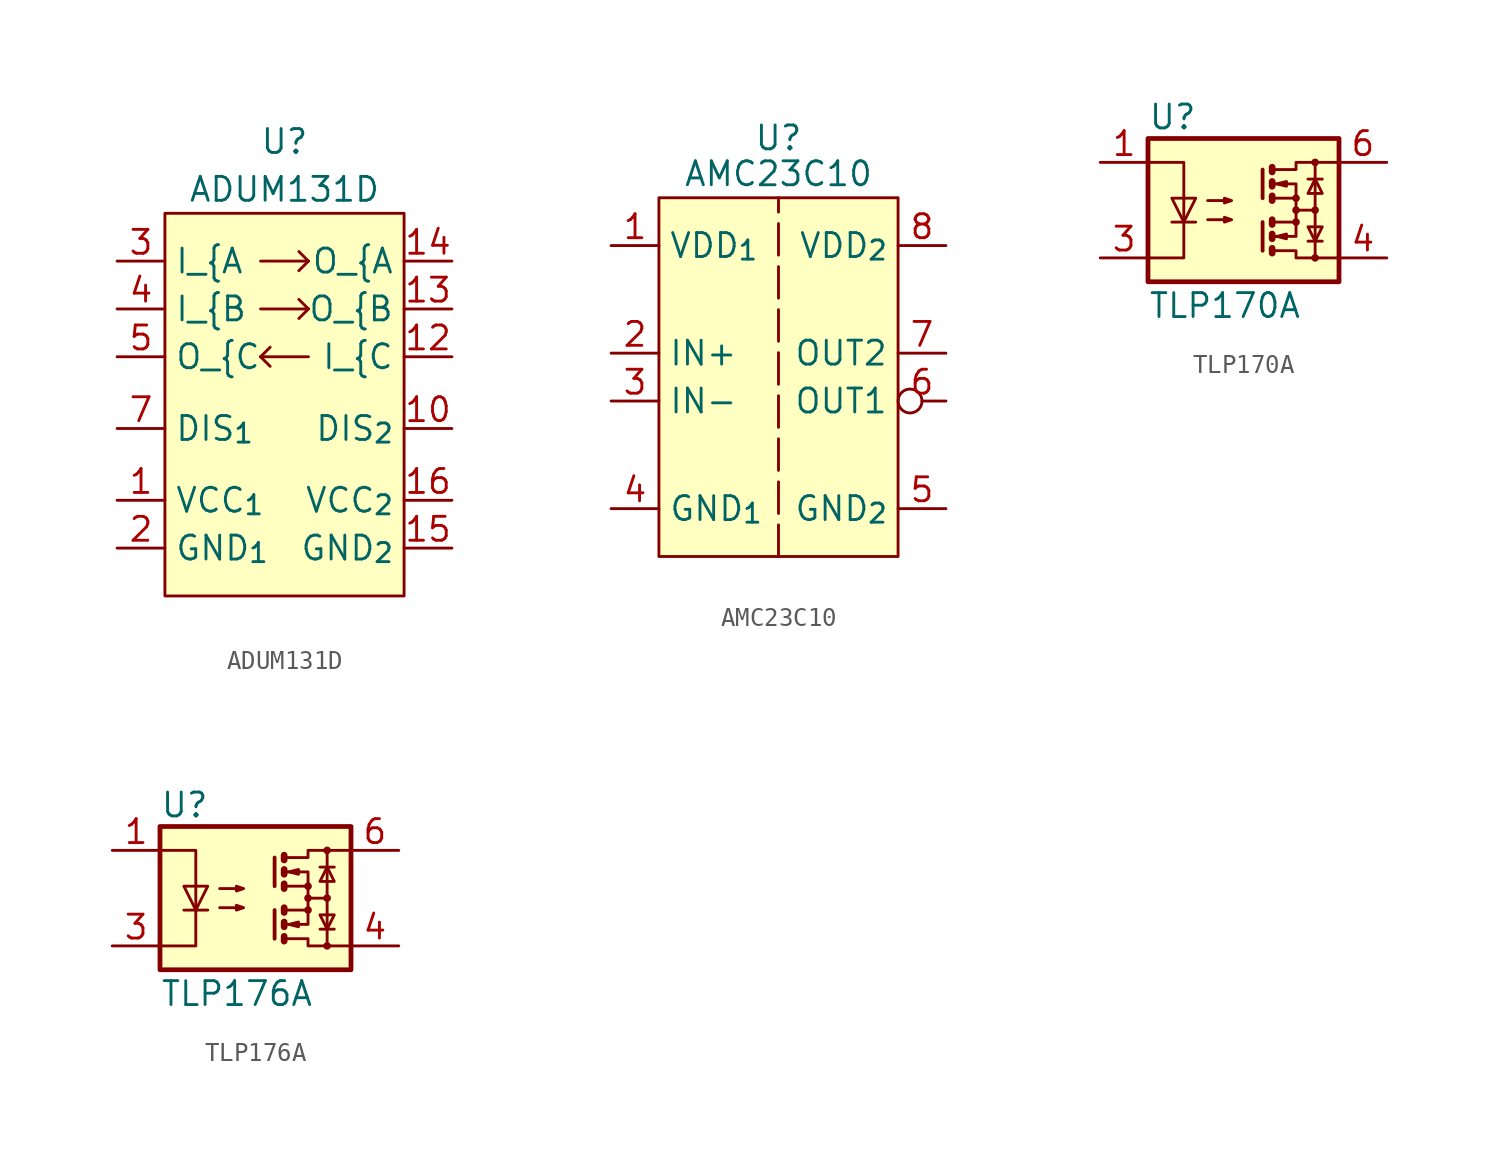
<source format=kicad_sym>
(kicad_symbol_lib
  (version 20231120)
  (generator "kicad_symbol_editor")
  (generator_version "8.0")
  (symbol "ADUM131D"
    (property "Reference" "U"
      (at 0 3.81 0)
      (effects (font (size 1.27 1.27))))
    (property "Value" "ADUM131D"
      (at 0 1.27 0)
      (effects (font (size 1.27 1.27))))
    (symbol "ADUM131D_0_1"
      (rectangle (start -6.35 0) (end 6.35 -20.32) (stroke (width 0) (type default)) (fill (type background)))
      (polyline (pts (xy -1.27 -7.62) (xy -0.762 -8.128)) (stroke (width 0) (type default)) (fill (type none)))
      (polyline (pts (xy -1.27 -7.62) (xy -0.762 -7.112)) (stroke (width 0) (type default)) (fill (type none)))
      (polyline (pts (xy -1.27 -5.08) (xy 1.27 -5.08)) (stroke (width 0) (type default)) (fill (type none)))
      (polyline (pts (xy -1.27 -2.54) (xy 1.27 -2.54)) (stroke (width 0) (type default)) (fill (type none)))
      (polyline (pts (xy 1.27 -7.62) (xy -1.27 -7.62)) (stroke (width 0) (type default)) (fill (type none)))
      (polyline (pts (xy 1.27 -5.08) (xy 0.762 -5.588)) (stroke (width 0) (type default)) (fill (type none)))
      (polyline (pts (xy 1.27 -5.08) (xy 0.762 -4.572)) (stroke (width 0) (type default)) (fill (type none)))
      (polyline (pts (xy 1.27 -2.54) (xy 0.762 -3.048)) (stroke (width 0) (type default)) (fill (type none)))
      (polyline (pts (xy 1.27 -2.54) (xy 0.762 -2.032)) (stroke (width 0) (type default)) (fill (type none))))
    (symbol "ADUM131D_1_1"
      (pin power_in line (at -8.89 -15.24 0) (length 2.54) (name "VCC_{1}" (effects (font (size 1.27 1.27)))) (number "1" (effects (font (size 1.27 1.27)))))
      (pin input line (at 8.89 -11.43 180) (length 2.54) (name "DIS_{2}" (effects (font (size 1.27 1.27)))) (number "10" (effects (font (size 1.27 1.27)))))
      (pin no_connect line (at 8.89 -13.97 180) (length 2.54) hide (name "" (effects (font (size 1.27 1.27)))) (number "11" (effects (font (size 1.27 1.27)))))
      (pin input line (at 8.89 -7.62 180) (length 2.54) (name "I_{C" (effects (font (size 1.27 1.27)))) (number "12" (effects (font (size 1.27 1.27)))))
      (pin output line (at 8.89 -5.08 180) (length 2.54) (name "O_{B" (effects (font (size 1.27 1.27)))) (number "13" (effects (font (size 1.27 1.27)))))
      (pin output line (at 8.89 -2.54 180) (length 2.54) (name "O_{A" (effects (font (size 1.27 1.27)))) (number "14" (effects (font (size 1.27 1.27)))))
      (pin power_in line (at 8.89 -17.78 180) (length 2.54) (name "GND_{2}" (effects (font (size 1.27 1.27)))) (number "15" (effects (font (size 1.27 1.27)))))
      (pin power_in line (at 8.89 -15.24 180) (length 2.54) (name "VCC_{2}" (effects (font (size 1.27 1.27)))) (number "16" (effects (font (size 1.27 1.27)))))
      (pin power_in line (at -8.89 -17.78 0) (length 2.54) (name "GND_{1}" (effects (font (size 1.27 1.27)))) (number "2" (effects (font (size 1.27 1.27)))))
      (pin input line (at -8.89 -2.54 0) (length 2.54) (name "I_{A" (effects (font (size 1.27 1.27)))) (number "3" (effects (font (size 1.27 1.27)))))
      (pin input line (at -8.89 -5.08 0) (length 2.54) (name "I_{B" (effects (font (size 1.27 1.27)))) (number "4" (effects (font (size 1.27 1.27)))))
      (pin output line (at -8.89 -7.62 0) (length 2.54) (name "O_{C" (effects (font (size 1.27 1.27)))) (number "5" (effects (font (size 1.27 1.27)))))
      (pin no_connect line (at -8.89 -13.97 0) (length 2.54) hide (name "" (effects (font (size 1.27 1.27)))) (number "6" (effects (font (size 1.27 1.27)))))
      (pin input line (at -8.89 -11.43 0) (length 2.54) (name "DIS_{1}" (effects (font (size 1.27 1.27)))) (number "7" (effects (font (size 1.27 1.27)))))
      (pin power_in line (at -8.89 -17.78 0) (length 2.54) hide (name "GND_{1}" (effects (font (size 1.27 1.27)))) (number "8" (effects (font (size 1.27 1.27)))))
      (pin power_in line (at 8.89 -17.78 180) (length 2.54) hide (name "GND_{2}" (effects (font (size 1.27 1.27)))) (number "9" (effects (font (size 1.27 1.27)))))))
  (symbol "AMC23C10"
    (property "Reference" "U"
      (at 0 3.175 0)
      (effects (font (size 1.27 1.27))))
    (property "Value" "AMC23C10"
      (at 0 1.27 0)
      (effects (font (size 1.27 1.27))))
    (symbol "AMC23C10_1_1"
      (rectangle (start -6.35 0) (end 6.35 -19.05) (stroke (width 0) (type default)) (fill (type background)))
      (polyline (pts (xy 0 -19.05) (xy 0 0)) (stroke (width 0) (type dash)) (fill (type none)))
      (pin power_in line (at -8.89 -2.54 0) (length 2.54) (name "VDD_{1}" (effects (font (size 1.27 1.27)))) (number "1" (effects (font (size 1.27 1.27)))))
      (pin input line (at -8.89 -8.255 0) (length 2.54) (name "IN+" (effects (font (size 1.27 1.27)))) (number "2" (effects (font (size 1.27 1.27)))))
      (pin input line (at -8.89 -10.795 0) (length 2.54) (name "IN-" (effects (font (size 1.27 1.27)))) (number "3" (effects (font (size 1.27 1.27)))))
      (pin power_in line (at -8.89 -16.51 0) (length 2.54) (name "GND_{1}" (effects (font (size 1.27 1.27)))) (number "4" (effects (font (size 1.27 1.27)))))
      (pin power_in line (at 8.89 -16.51 180) (length 2.54) (name "GND_{2}" (effects (font (size 1.27 1.27)))) (number "5" (effects (font (size 1.27 1.27)))))
      (pin open_collector inverted (at 8.89 -10.795 180) (length 2.54) (name "OUT1" (effects (font (size 1.27 1.27)))) (number "6" (effects (font (size 1.27 1.27)))))
      (pin output line (at 8.89 -8.255 180) (length 2.54) (name "OUT2" (effects (font (size 1.27 1.27)))) (number "7" (effects (font (size 1.27 1.27)))))
      (pin power_in line (at 8.89 -2.54 180) (length 2.54) (name "VDD_{2}" (effects (font (size 1.27 1.27)))) (number "8" (effects (font (size 1.27 1.27)))))))
  (symbol "TLP170A"
    (property "Reference" "U"
      (at -5.08 4.953 0)
      (effects (font (size 1.27 1.27)) (justify left)))
    (property "Value" "TLP170A"
      (at -5.08 -5.08 0)
      (effects (font (size 1.27 1.27)) (justify left)))
    (symbol "TLP170A_0_1"
      (rectangle (start -5.08 3.81) (end 5.08 -3.81) (stroke (width 0.254) (type default)) (fill (type background)))
      (polyline (pts (xy -3.81 -0.635) (xy -2.54 -0.635)) (stroke (width 0) (type default)) (fill (type none)))
      (polyline (pts (xy 1.016 -0.635) (xy 1.016 -2.159)) (stroke (width 0.203) (type default)) (fill (type none)))
      (polyline (pts (xy 1.016 2.159) (xy 1.016 0.635)) (stroke (width 0.203) (type default)) (fill (type none)))
      (polyline (pts (xy 1.524 -0.508) (xy 1.524 -0.762)) (stroke (width 0.356) (type default)) (fill (type none)))
      (polyline (pts (xy 2.794 0) (xy 3.81 0)) (stroke (width 0) (type default)) (fill (type none)))
      (polyline (pts (xy 3.429 -1.651) (xy 4.191 -1.651)) (stroke (width 0) (type default)) (fill (type none)))
      (polyline (pts (xy 3.429 1.651) (xy 4.191 1.651)) (stroke (width 0) (type default)) (fill (type none)))
      (polyline (pts (xy 3.81 -2.54) (xy 3.81 2.54)) (stroke (width 0) (type default)) (fill (type none)))
      (polyline (pts (xy 1.524 -2.032) (xy 1.524 -2.286) (xy 1.524 -2.286)) (stroke (width 0.356) (type default)) (fill (type none)))
      (polyline (pts (xy 1.524 -1.27) (xy 1.524 -1.524) (xy 1.524 -1.524)) (stroke (width 0.356) (type default)) (fill (type none)))
      (polyline (pts (xy 1.524 0.762) (xy 1.524 0.508) (xy 1.524 0.508)) (stroke (width 0.356) (type default)) (fill (type none)))
      (polyline (pts (xy 1.524 1.524) (xy 1.524 1.27) (xy 1.524 1.27)) (stroke (width 0.356) (type default)) (fill (type none)))
      (polyline (pts (xy 1.524 2.286) (xy 1.524 2.032) (xy 1.524 2.032)) (stroke (width 0.356) (type default)) (fill (type none)))
      (polyline (pts (xy 1.651 -1.397) (xy 2.794 -1.397) (xy 2.794 -0.635)) (stroke (width 0) (type default)) (fill (type none)))
      (polyline (pts (xy 1.651 1.397) (xy 2.794 1.397) (xy 2.794 0.635)) (stroke (width 0) (type default)) (fill (type none)))
      (polyline (pts (xy -5.08 2.54) (xy -3.175 2.54) (xy -3.175 -2.54) (xy -5.08 -2.54)) (stroke (width 0) (type default)) (fill (type none)))
      (polyline (pts (xy -3.175 -0.635) (xy -3.81 0.635) (xy -2.54 0.635) (xy -3.175 -0.635)) (stroke (width 0) (type default)) (fill (type none)))
      (polyline (pts (xy 1.651 -2.159) (xy 2.794 -2.159) (xy 2.794 -2.54) (xy 5.08 -2.54)) (stroke (width 0) (type default)) (fill (type none)))
      (polyline (pts (xy 1.651 -0.635) (xy 2.794 -0.635) (xy 2.794 0.635) (xy 1.651 0.635)) (stroke (width 0) (type default)) (fill (type none)))
      (polyline (pts (xy 1.651 2.159) (xy 2.794 2.159) (xy 2.794 2.54) (xy 5.08 2.54)) (stroke (width 0) (type default)) (fill (type none)))
      (polyline (pts (xy 1.778 -1.397) (xy 2.286 -1.27) (xy 2.286 -1.524) (xy 1.778 -1.397)) (stroke (width 0) (type default)) (fill (type none)))
      (polyline (pts (xy 1.778 1.397) (xy 2.286 1.524) (xy 2.286 1.27) (xy 1.778 1.397)) (stroke (width 0) (type default)) (fill (type none)))
      (polyline (pts (xy 3.81 -1.651) (xy 3.429 -0.889) (xy 4.191 -0.889) (xy 3.81 -1.651)) (stroke (width 0) (type default)) (fill (type none)))
      (polyline (pts (xy 3.81 1.651) (xy 3.429 0.889) (xy 4.191 0.889) (xy 3.81 1.651)) (stroke (width 0) (type default)) (fill (type none)))
      (polyline (pts (xy -1.905 -0.508) (xy -0.635 -0.508) (xy -1.016 -0.635) (xy -1.016 -0.381) (xy -0.635 -0.508)) (stroke (width 0) (type default)) (fill (type none)))
      (polyline (pts (xy -1.905 0.508) (xy -0.635 0.508) (xy -1.016 0.381) (xy -1.016 0.635) (xy -0.635 0.508)) (stroke (width 0) (type default)) (fill (type none)))
      (circle (center 2.794 -0.635) (radius 0.127) (stroke (width 0) (type default)) (fill (type none)))
      (circle (center 2.794 0) (radius 0.127) (stroke (width 0) (type default)) (fill (type none)))
      (circle (center 2.794 0.635) (radius 0.127) (stroke (width 0) (type default)) (fill (type none)))
      (circle (center 3.81 -2.54) (radius 0.127) (stroke (width 0) (type default)) (fill (type none)))
      (circle (center 3.81 0) (radius 0.127) (stroke (width 0) (type default)) (fill (type none)))
      (circle (center 3.81 2.54) (radius 0.127) (stroke (width 0) (type default)) (fill (type none))))
    (symbol "TLP170A_1_1"
      (pin passive line (at -7.62 2.54 0) (length 2.54) (name "~" (effects (font (size 1.27 1.27)))) (number "1" (effects (font (size 1.27 1.27)))))
      (pin passive line (at -7.62 -2.54 0) (length 2.54) (name "~" (effects (font (size 1.27 1.27)))) (number "3" (effects (font (size 1.27 1.27)))))
      (pin passive line (at 7.62 -2.54 180) (length 2.54) (name "~" (effects (font (size 1.27 1.27)))) (number "4" (effects (font (size 1.27 1.27)))))
      (pin passive line (at 7.62 2.54 180) (length 2.54) (name "~" (effects (font (size 1.27 1.27)))) (number "6" (effects (font (size 1.27 1.27)))))))
  (symbol "TLP176A"
    (property "Reference" "U"
      (at -5.08 4.953 0)
      (effects (font (size 1.27 1.27)) (justify left)))
    (property "Value" "TLP176A"
      (at -5.08 -5.08 0)
      (effects (font (size 1.27 1.27)) (justify left)))
    (symbol "TLP176A_0_1"
      (rectangle (start -5.08 3.81) (end 5.08 -3.81) (stroke (width 0.254) (type default)) (fill (type background)))
      (polyline (pts (xy -3.81 -0.635) (xy -2.54 -0.635)) (stroke (width 0) (type default)) (fill (type none)))
      (polyline (pts (xy 1.016 -0.635) (xy 1.016 -2.159)) (stroke (width 0.203) (type default)) (fill (type none)))
      (polyline (pts (xy 1.016 2.159) (xy 1.016 0.635)) (stroke (width 0.203) (type default)) (fill (type none)))
      (polyline (pts (xy 1.524 -0.508) (xy 1.524 -0.762)) (stroke (width 0.356) (type default)) (fill (type none)))
      (polyline (pts (xy 2.794 0) (xy 3.81 0)) (stroke (width 0) (type default)) (fill (type none)))
      (polyline (pts (xy 3.429 -1.651) (xy 4.191 -1.651)) (stroke (width 0) (type default)) (fill (type none)))
      (polyline (pts (xy 3.429 1.651) (xy 4.191 1.651)) (stroke (width 0) (type default)) (fill (type none)))
      (polyline (pts (xy 3.81 -2.54) (xy 3.81 2.54)) (stroke (width 0) (type default)) (fill (type none)))
      (polyline (pts (xy 1.524 -2.032) (xy 1.524 -2.286) (xy 1.524 -2.286)) (stroke (width 0.356) (type default)) (fill (type none)))
      (polyline (pts (xy 1.524 -1.27) (xy 1.524 -1.524) (xy 1.524 -1.524)) (stroke (width 0.356) (type default)) (fill (type none)))
      (polyline (pts (xy 1.524 0.762) (xy 1.524 0.508) (xy 1.524 0.508)) (stroke (width 0.356) (type default)) (fill (type none)))
      (polyline (pts (xy 1.524 1.524) (xy 1.524 1.27) (xy 1.524 1.27)) (stroke (width 0.356) (type default)) (fill (type none)))
      (polyline (pts (xy 1.524 2.286) (xy 1.524 2.032) (xy 1.524 2.032)) (stroke (width 0.356) (type default)) (fill (type none)))
      (polyline (pts (xy 1.651 -1.397) (xy 2.794 -1.397) (xy 2.794 -0.635)) (stroke (width 0) (type default)) (fill (type none)))
      (polyline (pts (xy 1.651 1.397) (xy 2.794 1.397) (xy 2.794 0.635)) (stroke (width 0) (type default)) (fill (type none)))
      (polyline (pts (xy -5.08 2.54) (xy -3.175 2.54) (xy -3.175 -2.54) (xy -5.08 -2.54)) (stroke (width 0) (type default)) (fill (type none)))
      (polyline (pts (xy -3.175 -0.635) (xy -3.81 0.635) (xy -2.54 0.635) (xy -3.175 -0.635)) (stroke (width 0) (type default)) (fill (type none)))
      (polyline (pts (xy 1.651 -2.159) (xy 2.794 -2.159) (xy 2.794 -2.54) (xy 5.08 -2.54)) (stroke (width 0) (type default)) (fill (type none)))
      (polyline (pts (xy 1.651 -0.635) (xy 2.794 -0.635) (xy 2.794 0.635) (xy 1.651 0.635)) (stroke (width 0) (type default)) (fill (type none)))
      (polyline (pts (xy 1.651 2.159) (xy 2.794 2.159) (xy 2.794 2.54) (xy 5.08 2.54)) (stroke (width 0) (type default)) (fill (type none)))
      (polyline (pts (xy 1.778 -1.397) (xy 2.286 -1.27) (xy 2.286 -1.524) (xy 1.778 -1.397)) (stroke (width 0) (type default)) (fill (type none)))
      (polyline (pts (xy 1.778 1.397) (xy 2.286 1.524) (xy 2.286 1.27) (xy 1.778 1.397)) (stroke (width 0) (type default)) (fill (type none)))
      (polyline (pts (xy 3.81 -1.651) (xy 3.429 -0.889) (xy 4.191 -0.889) (xy 3.81 -1.651)) (stroke (width 0) (type default)) (fill (type none)))
      (polyline (pts (xy 3.81 1.651) (xy 3.429 0.889) (xy 4.191 0.889) (xy 3.81 1.651)) (stroke (width 0) (type default)) (fill (type none)))
      (polyline (pts (xy -1.905 -0.508) (xy -0.635 -0.508) (xy -1.016 -0.635) (xy -1.016 -0.381) (xy -0.635 -0.508)) (stroke (width 0) (type default)) (fill (type none)))
      (polyline (pts (xy -1.905 0.508) (xy -0.635 0.508) (xy -1.016 0.381) (xy -1.016 0.635) (xy -0.635 0.508)) (stroke (width 0) (type default)) (fill (type none)))
      (circle (center 2.794 -0.635) (radius 0.127) (stroke (width 0) (type default)) (fill (type none)))
      (circle (center 2.794 0) (radius 0.127) (stroke (width 0) (type default)) (fill (type none)))
      (circle (center 2.794 0.635) (radius 0.127) (stroke (width 0) (type default)) (fill (type none)))
      (circle (center 3.81 -2.54) (radius 0.127) (stroke (width 0) (type default)) (fill (type none)))
      (circle (center 3.81 0) (radius 0.127) (stroke (width 0) (type default)) (fill (type none)))
      (circle (center 3.81 2.54) (radius 0.127) (stroke (width 0) (type default)) (fill (type none))))
    (symbol "TLP176A_1_1"
      (pin passive line (at -7.62 2.54 0) (length 2.54) (name "~" (effects (font (size 1.27 1.27)))) (number "1" (effects (font (size 1.27 1.27)))))
      (pin passive line (at -7.62 -2.54 0) (length 2.54) (name "~" (effects (font (size 1.27 1.27)))) (number "3" (effects (font (size 1.27 1.27)))))
      (pin passive line (at 7.62 -2.54 180) (length 2.54) (name "~" (effects (font (size 1.27 1.27)))) (number "4" (effects (font (size 1.27 1.27)))))
      (pin passive line (at 7.62 2.54 180) (length 2.54) (name "~" (effects (font (size 1.27 1.27)))) (number "6" (effects (font (size 1.27 1.27))))))))
</source>
